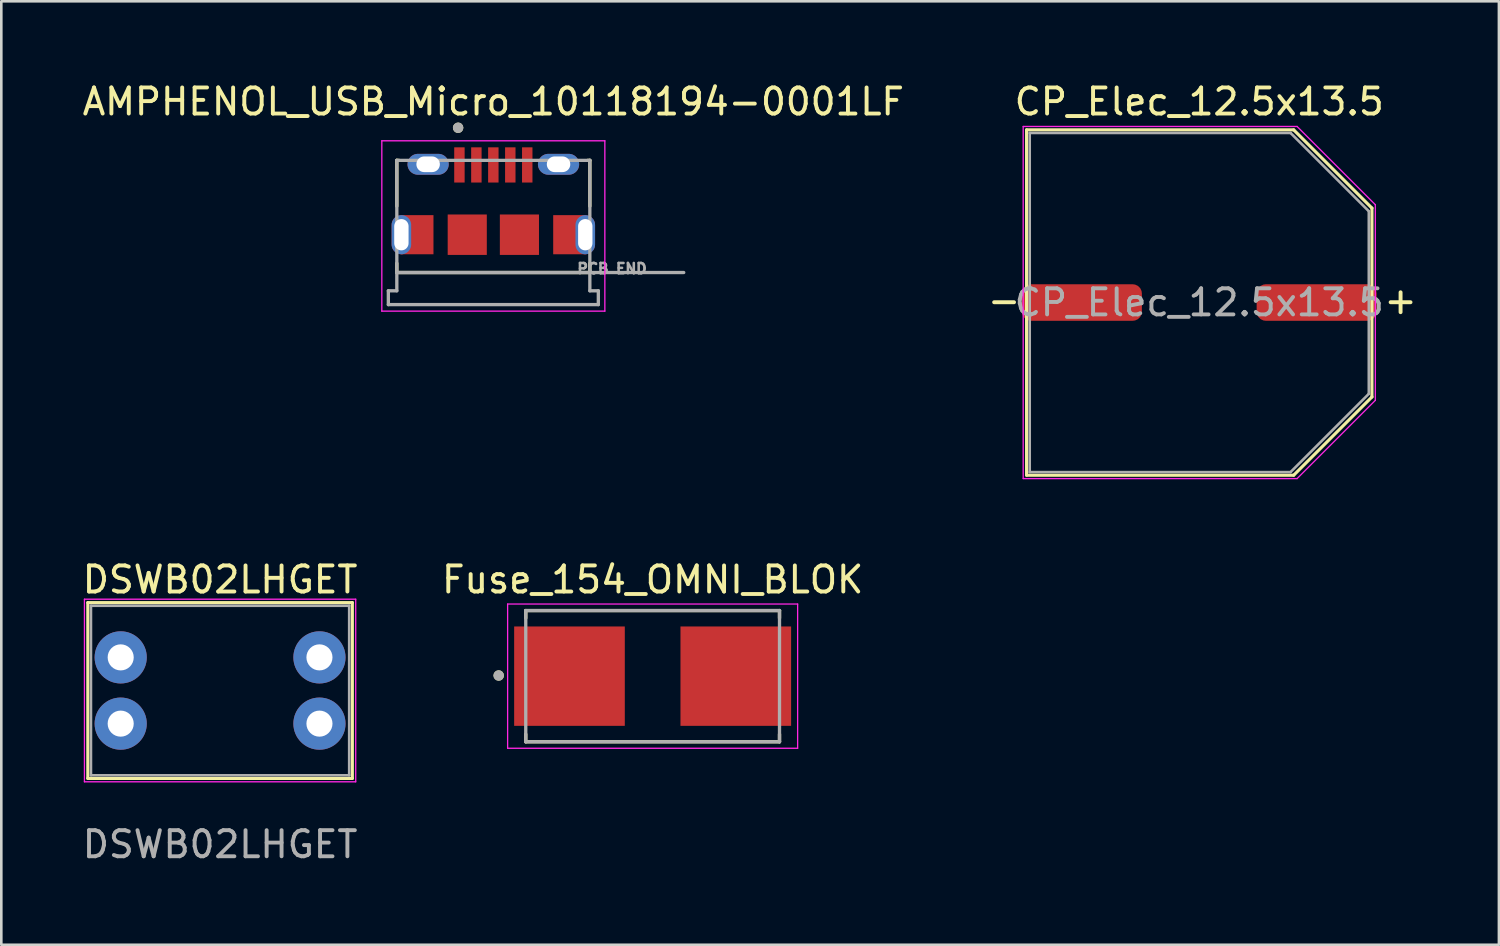
<source format=kicad_pcb>
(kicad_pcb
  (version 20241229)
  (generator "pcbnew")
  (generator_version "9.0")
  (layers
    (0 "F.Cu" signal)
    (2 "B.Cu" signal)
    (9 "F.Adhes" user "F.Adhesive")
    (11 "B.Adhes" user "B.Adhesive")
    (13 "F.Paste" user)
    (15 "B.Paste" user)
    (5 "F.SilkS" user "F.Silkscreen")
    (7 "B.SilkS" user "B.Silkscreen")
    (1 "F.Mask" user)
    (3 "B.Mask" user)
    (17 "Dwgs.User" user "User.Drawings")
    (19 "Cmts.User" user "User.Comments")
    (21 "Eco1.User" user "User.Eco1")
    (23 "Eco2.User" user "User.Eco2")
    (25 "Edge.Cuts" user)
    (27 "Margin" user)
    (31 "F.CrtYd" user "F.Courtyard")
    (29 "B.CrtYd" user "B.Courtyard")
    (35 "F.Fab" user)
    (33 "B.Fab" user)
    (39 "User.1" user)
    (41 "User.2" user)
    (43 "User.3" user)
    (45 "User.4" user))
  (footprint "Fuse_154_OMNI_BLOK"
    (layer "F.Cu")
    (at 21.97 22.872)
    (property "Reference" "Fuse_154_OMNI_BLOK" (at 0 -3.7 0) (layer "F.SilkS") (effects (font (size 1 1) (thickness 0.15))))
    (attr smd)
    (fp_line (start -4.864 -2.515) (end 4.864 -2.515) (stroke (width 0.127) (type solid)) (layer "F.SilkS"))
    (fp_line (start -4.864 -2.225) (end -4.864 -2.515) (stroke (width 0.127) (type solid)) (layer "F.SilkS"))
    (fp_line (start -4.864 2.515) (end -4.864 2.225) (stroke (width 0.127) (type solid)) (layer "F.SilkS"))
    (fp_line (start 4.864 -2.515) (end 4.864 -2.225) (stroke (width 0.127) (type solid)) (layer "F.SilkS"))
    (fp_line (start 4.864 2.515) (end -4.864 2.515) (stroke (width 0.127) (type solid)) (layer "F.SilkS"))
    (fp_line (start 4.864 2.515) (end 4.864 2.225) (stroke (width 0.127) (type solid)) (layer "F.SilkS"))
    (fp_circle (center -5.902 -0.025) (end -5.802 -0.025) (stroke (width 0.2) (type solid)) (fill no) (layer "F.SilkS"))
    (fp_line (start -5.559 -2.765) (end -5.559 2.765) (stroke (width 0.05) (type solid)) (layer "F.CrtYd"))
    (fp_line (start -5.559 2.765) (end 5.559 2.765) (stroke (width 0.05) (type solid)) (layer "F.CrtYd"))
    (fp_line (start 5.559 -2.765) (end -5.559 -2.765) (stroke (width 0.05) (type solid)) (layer "F.CrtYd"))
    (fp_line (start 5.559 2.765) (end 5.559 -2.765) (stroke (width 0.05) (type solid)) (layer "F.CrtYd"))
    (fp_line (start -4.864 -2.515) (end 4.864 -2.515) (stroke (width 0.127) (type solid)) (layer "F.Fab"))
    (fp_line (start -4.864 2.515) (end -4.864 -2.515) (stroke (width 0.127) (type solid)) (layer "F.Fab"))
    (fp_line (start 4.864 -2.515) (end 4.864 2.515) (stroke (width 0.127) (type solid)) (layer "F.Fab"))
    (fp_line (start 4.864 2.515) (end -4.864 2.515) (stroke (width 0.127) (type solid)) (layer "F.Fab"))
    (fp_circle (center -5.902 -0.025) (end -5.802 -0.025) (stroke (width 0.2) (type solid)) (fill no) (layer "F.Fab"))
    (pad "1" smd rect (at -3.188 0) (size 4.242 3.81) (layers "F.Cu" "F.Mask" "F.Paste"))
    (pad "2" smd rect (at 3.188 0) (size 4.242 3.81) (layers "F.Cu" "F.Mask" "F.Paste")))
  (footprint "DSWB02LHGET"
    (layer "F.Cu")
    (at 5.387 23.422)
    (property "Reference" "DSWB02LHGET" (at 0 -4.25 0) (unlocked yes) (layer "F.SilkS") (effects (font (size 1 1) (thickness 0.15))))
    (attr through_hole)
    (fp_line (start -5.07 -3.37) (end -5.07 3.37) (stroke (width 0.12) (type default)) (layer "F.SilkS"))
    (fp_line (start -5.07 -3.37) (end 5.07 -3.37) (stroke (width 0.12) (type default)) (layer "F.SilkS"))
    (fp_line (start -5.07 3.37) (end 5.07 3.37) (stroke (width 0.12) (type default)) (layer "F.SilkS"))
    (fp_line (start 5.07 -3.37) (end 5.07 3.37) (stroke (width 0.12) (type default)) (layer "F.SilkS"))
    (fp_line (start -5.2 -3.5) (end -5.2 3.5) (stroke (width 0.05) (type default)) (layer "F.CrtYd"))
    (fp_line (start -5.2 -3.5) (end 5.2 -3.5) (stroke (width 0.05) (type default)) (layer "F.CrtYd"))
    (fp_line (start -5.2 3.5) (end 5.2 3.5) (stroke (width 0.05) (type default)) (layer "F.CrtYd"))
    (fp_line (start 5.2 -3.5) (end 5.2 3.5) (stroke (width 0.05) (type default)) (layer "F.CrtYd"))
    (fp_line (start -4.95 -3.25) (end -4.95 3.25) (stroke (width 0.1) (type default)) (layer "F.Fab"))
    (fp_line (start -4.95 -3.25) (end 4.95 -3.25) (stroke (width 0.1) (type default)) (layer "F.Fab"))
    (fp_line (start -4.95 3.25) (end 4.95 3.25) (stroke (width 0.1) (type default)) (layer "F.Fab"))
    (fp_line (start 4.95 -3.25) (end 4.95 3.25) (stroke (width 0.1) (type default)) (layer "F.Fab"))
    (fp_text user "${REFERENCE}" (at 0 5.9 0) (unlocked yes) (layer "F.Fab") (effects (font (size 1 1) (thickness 0.15))))
    (pad "1" thru_hole circle (at -3.81 -1.27) (size 2 2) (drill 1) (layers "*.Cu" "*.Mask"))
    (pad "2" thru_hole circle (at -3.81 1.27) (size 2 2) (drill 1) (layers "*.Cu" "*.Mask"))
    (pad "3" thru_hole circle (at 3.81 -1.27) (size 2 2) (drill 1) (layers "*.Cu" "*.Mask"))
    (pad "4" thru_hole circle (at 3.81 1.27) (size 2 2) (drill 1) (layers "*.Cu" "*.Mask")))
  (footprint "AMPHENOL_USB_Micro_10118194-0001LF"
    (layer "F.Cu")
    (at 15.863 5.948)
    (property "Reference" "AMPHENOL_USB_Micro_10118194-0001LF" (at 0 -5.1 0) (layer "F.SilkS") (effects (font (size 1 1) (thickness 0.15))))
    (attr smd)
    (fp_poly (pts (xy -2.2 0.875) (xy -3.545 0.875) (xy -3.571 0.874) (xy -3.597 0.872) (xy -3.623 0.869) (xy -3.649 0.864) (xy -3.674 0.858) (xy -3.7 0.851) (xy -3.724 0.842) (xy -3.748 0.832) (xy -3.772 0.821) (xy -3.795 0.808) (xy -3.817 0.794) (xy -3.839 0.78) (xy -3.86 0.764) (xy -3.88 0.747) (xy -3.899 0.729) (xy -3.917 0.71) (xy -3.934 0.69) (xy -3.95 0.669) (xy -3.964 0.647) (xy -3.978 0.625) (xy -3.991 0.602) (xy -4.002 0.578) (xy -4.012 0.554) (xy -4.021 0.53) (xy -4.028 0.504) (xy -4.034 0.479) (xy -4.039 0.453) (xy -4.042 0.427) (xy -4.044 0.401) (xy -4.045 0.375) (xy -4.045 -0.375) (xy -4.044 -0.401) (xy -4.042 -0.427) (xy -4.039 -0.453) (xy -4.034 -0.479) (xy -4.028 -0.504) (xy -4.021 -0.53) (xy -4.012 -0.554) (xy -4.002 -0.578) (xy -3.991 -0.602) (xy -3.978 -0.625) (xy -3.964 -0.647) (xy -3.95 -0.669) (xy -3.934 -0.69) (xy -3.917 -0.71) (xy -3.899 -0.729) (xy -3.88 -0.747) (xy -3.86 -0.764) (xy -3.839 -0.78) (xy -3.817 -0.794) (xy -3.795 -0.808) (xy -3.772 -0.821) (xy -3.748 -0.832) (xy -3.724 -0.842) (xy -3.7 -0.851) (xy -3.674 -0.858) (xy -3.649 -0.864) (xy -3.623 -0.869) (xy -3.597 -0.872) (xy -3.571 -0.874) (xy -3.545 -0.875) (xy -2.2 -0.875) (xy -2.2 0.875)) (stroke (width 0.01) (type solid)) (fill yes) (layer "F.Mask"))
    (fp_poly (pts (xy 2.2 -0.875) (xy 3.545 -0.875) (xy 3.571 -0.874) (xy 3.597 -0.872) (xy 3.623 -0.869) (xy 3.649 -0.864) (xy 3.674 -0.858) (xy 3.7 -0.851) (xy 3.724 -0.842) (xy 3.748 -0.832) (xy 3.772 -0.821) (xy 3.795 -0.808) (xy 3.817 -0.794) (xy 3.839 -0.78) (xy 3.86 -0.764) (xy 3.88 -0.747) (xy 3.899 -0.729) (xy 3.917 -0.71) (xy 3.934 -0.69) (xy 3.95 -0.669) (xy 3.964 -0.647) (xy 3.978 -0.625) (xy 3.991 -0.602) (xy 4.002 -0.578) (xy 4.012 -0.554) (xy 4.021 -0.53) (xy 4.028 -0.504) (xy 4.034 -0.479) (xy 4.039 -0.453) (xy 4.042 -0.427) (xy 4.044 -0.401) (xy 4.045 -0.375) (xy 4.045 0.375) (xy 4.044 0.401) (xy 4.042 0.427) (xy 4.039 0.453) (xy 4.034 0.479) (xy 4.028 0.504) (xy 4.021 0.53) (xy 4.012 0.554) (xy 4.002 0.578) (xy 3.991 0.602) (xy 3.978 0.625) (xy 3.964 0.647) (xy 3.95 0.669) (xy 3.934 0.69) (xy 3.917 0.71) (xy 3.899 0.729) (xy 3.88 0.747) (xy 3.86 0.764) (xy 3.839 0.78) (xy 3.817 0.794) (xy 3.795 0.808) (xy 3.772 0.821) (xy 3.748 0.832) (xy 3.724 0.842) (xy 3.7 0.851) (xy 3.674 0.858) (xy 3.649 0.864) (xy 3.623 0.869) (xy 3.597 0.872) (xy 3.571 0.874) (xy 3.545 0.875) (xy 2.2 0.875) (xy 2.2 -0.875)) (stroke (width 0.01) (type solid)) (fill yes) (layer "F.Mask"))
    (fp_line (start -3.7 -2.85) (end -3.7 -1.095) (stroke (width 0.127) (type solid)) (layer "F.SilkS"))
    (fp_line (start -3.7 -2.85) (end -3.62 -2.85) (stroke (width 0.127) (type solid)) (layer "F.SilkS"))
    (fp_line (start -3.7 1.45) (end -3.7 1.095) (stroke (width 0.127) (type solid)) (layer "F.SilkS"))
    (fp_line (start -3.7 1.45) (end 3.7 1.45) (stroke (width 0.127) (type solid)) (layer "F.SilkS"))
    (fp_line (start 3.62 -2.85) (end 3.7 -2.85) (stroke (width 0.127) (type solid)) (layer "F.SilkS"))
    (fp_line (start 3.7 -1.095) (end 3.7 -2.85) (stroke (width 0.127) (type solid)) (layer "F.SilkS"))
    (fp_line (start 3.7 1.45) (end 3.7 1.095) (stroke (width 0.127) (type solid)) (layer "F.SilkS"))
    (fp_circle (center -1.35 -4.1) (end -1.25 -4.1) (stroke (width 0.2) (type solid)) (fill no) (layer "F.SilkS"))
    (fp_poly (pts (xy -2.3 -0.775) (xy -2.3 0.775) (xy -3.445 0.775) (xy -3.471 0.774) (xy -3.497 0.772) (xy -3.523 0.769) (xy -3.549 0.764) (xy -3.574 0.758) (xy -3.6 0.751) (xy -3.624 0.742) (xy -3.648 0.732) (xy -3.672 0.721) (xy -3.695 0.708) (xy -3.717 0.694) (xy -3.739 0.68) (xy -3.76 0.664) (xy -3.78 0.647) (xy -3.799 0.629) (xy -3.817 0.61) (xy -3.834 0.59) (xy -3.85 0.569) (xy -3.864 0.547) (xy -3.878 0.525) (xy -3.891 0.502) (xy -3.902 0.478) (xy -3.912 0.454) (xy -3.921 0.43) (xy -3.928 0.404) (xy -3.934 0.379) (xy -3.939 0.353) (xy -3.942 0.327) (xy -3.944 0.301) (xy -3.945 0.275) (xy -3.945 -0.275) (xy -3.944 -0.301) (xy -3.942 -0.327) (xy -3.939 -0.353) (xy -3.934 -0.379) (xy -3.928 -0.404) (xy -3.921 -0.43) (xy -3.912 -0.454) (xy -3.902 -0.478) (xy -3.891 -0.502) (xy -3.878 -0.525) (xy -3.864 -0.547) (xy -3.85 -0.569) (xy -3.834 -0.59) (xy -3.817 -0.61) (xy -3.799 -0.629) (xy -3.78 -0.647) (xy -3.76 -0.664) (xy -3.739 -0.68) (xy -3.717 -0.694) (xy -3.695 -0.708) (xy -3.672 -0.721) (xy -3.648 -0.732) (xy -3.624 -0.742) (xy -3.6 -0.751) (xy -3.574 -0.758) (xy -3.549 -0.764) (xy -3.523 -0.769) (xy -3.497 -0.772) (xy -3.471 -0.774) (xy -3.445 -0.775) (xy -2.3 -0.775)) (stroke (width 0.01) (type solid)) (fill yes) (layer "F.Paste"))
    (fp_poly (pts (xy 2.3 -0.775) (xy 2.3 0.775) (xy 3.445 0.775) (xy 3.471 0.774) (xy 3.497 0.772) (xy 3.523 0.769) (xy 3.549 0.764) (xy 3.574 0.758) (xy 3.6 0.751) (xy 3.624 0.742) (xy 3.648 0.732) (xy 3.672 0.721) (xy 3.695 0.708) (xy 3.717 0.694) (xy 3.739 0.68) (xy 3.76 0.664) (xy 3.78 0.647) (xy 3.799 0.629) (xy 3.817 0.61) (xy 3.834 0.59) (xy 3.85 0.569) (xy 3.864 0.547) (xy 3.878 0.525) (xy 3.891 0.502) (xy 3.902 0.478) (xy 3.912 0.454) (xy 3.921 0.43) (xy 3.928 0.404) (xy 3.934 0.379) (xy 3.939 0.353) (xy 3.942 0.327) (xy 3.944 0.301) (xy 3.945 0.275) (xy 3.945 -0.275) (xy 3.944 -0.301) (xy 3.942 -0.327) (xy 3.939 -0.353) (xy 3.934 -0.379) (xy 3.928 -0.404) (xy 3.921 -0.43) (xy 3.912 -0.454) (xy 3.902 -0.478) (xy 3.891 -0.502) (xy 3.878 -0.525) (xy 3.864 -0.547) (xy 3.85 -0.569) (xy 3.834 -0.59) (xy 3.817 -0.61) (xy 3.799 -0.629) (xy 3.78 -0.647) (xy 3.76 -0.664) (xy 3.739 -0.68) (xy 3.717 -0.694) (xy 3.695 -0.708) (xy 3.672 -0.721) (xy 3.648 -0.732) (xy 3.624 -0.742) (xy 3.6 -0.751) (xy 3.574 -0.758) (xy 3.549 -0.764) (xy 3.523 -0.769) (xy 3.497 -0.772) (xy 3.471 -0.774) (xy 3.445 -0.775) (xy 2.3 -0.775)) (stroke (width 0.01) (type solid)) (fill yes) (layer "F.Paste"))
    (fp_line (start -4.275 -3.6) (end -4.275 2.93) (stroke (width 0.05) (type solid)) (layer "F.CrtYd"))
    (fp_line (start -4.275 2.93) (end 4.275 2.93) (stroke (width 0.05) (type solid)) (layer "F.CrtYd"))
    (fp_line (start 4.275 -3.6) (end -4.275 -3.6) (stroke (width 0.05) (type solid)) (layer "F.CrtYd"))
    (fp_line (start 4.275 2.93) (end 4.275 -3.6) (stroke (width 0.05) (type solid)) (layer "F.CrtYd"))
    (fp_line (start -4.025 2.15) (end -4.025 2.68) (stroke (width 0.127) (type solid)) (layer "F.Fab"))
    (fp_line (start -4.025 2.68) (end 4.025 2.68) (stroke (width 0.127) (type solid)) (layer "F.Fab"))
    (fp_line (start -3.7 -2.85) (end -3.7 1.45) (stroke (width 0.127) (type solid)) (layer "F.Fab"))
    (fp_line (start -3.7 -2.85) (end 3.7 -2.85) (stroke (width 0.127) (type solid)) (layer "F.Fab"))
    (fp_line (start -3.7 1.45) (end -3.7 2.15) (stroke (width 0.127) (type solid)) (layer "F.Fab"))
    (fp_line (start -3.7 1.45) (end 3.7 1.45) (stroke (width 0.127) (type solid)) (layer "F.Fab"))
    (fp_line (start -3.7 2.15) (end -4.025 2.15) (stroke (width 0.127) (type solid)) (layer "F.Fab"))
    (fp_line (start 3.7 1.45) (end 3.7 -2.85) (stroke (width 0.127) (type solid)) (layer "F.Fab"))
    (fp_line (start 3.7 1.45) (end 7.3 1.45) (stroke (width 0.127) (type solid)) (layer "F.Fab"))
    (fp_line (start 3.7 2.15) (end 3.7 1.45) (stroke (width 0.127) (type solid)) (layer "F.Fab"))
    (fp_line (start 4.025 2.15) (end 3.7 2.15) (stroke (width 0.127) (type solid)) (layer "F.Fab"))
    (fp_line (start 4.025 2.68) (end 4.025 2.15) (stroke (width 0.127) (type solid)) (layer "F.Fab"))
    (fp_circle (center -1.35 -4.1) (end -1.25 -4.1) (stroke (width 0.2) (type solid)) (fill no) (layer "F.Fab"))
    (fp_text user "PCB END" (at 4.55 1.3 0) (layer "F.Fab") (effects (font (size 0.394 0.394) (thickness 0.15))))
    (pad "1" smd rect (at -1.3 -2.675) (size 0.4 1.35) (layers "F.Cu" "F.Mask" "F.Paste"))
    (pad "2" smd rect (at -0.65 -2.675) (size 0.4 1.35) (layers "F.Cu" "F.Mask" "F.Paste"))
    (pad "3" smd rect (at 0 -2.675) (size 0.4 1.35) (layers "F.Cu" "F.Mask" "F.Paste"))
    (pad "4" smd rect (at 0.65 -2.675) (size 0.4 1.35) (layers "F.Cu" "F.Mask" "F.Paste"))
    (pad "5" smd rect (at 1.3 -2.675) (size 0.4 1.35) (layers "F.Cu" "F.Mask" "F.Paste"))
    (pad "6" thru_hole oval (at -3.525 0) (size 0.75 1.5) (drill oval 0.55 1.2) (layers "*.Cu" "*.Mask"))
    (pad "6" smd custom (at -2.92 0) (size 1.25 1.5) (layers "F.Cu" "F.Mask" "F.Paste") (options (anchor rect)) (primitives))
    (pad "6" thru_hole oval (at -2.5 -2.7) (size 1.58 0.8) (drill oval 0.9 0.6) (layers "*.Cu" "*.Mask"))
    (pad "6" smd rect (at -1 0) (size 1.5 1.55) (layers "F.Cu" "F.Mask" "F.Paste"))
    (pad "6" smd rect (at 1 0) (size 1.5 1.55) (layers "F.Cu" "F.Mask" "F.Paste"))
    (pad "6" thru_hole oval (at 2.5 -2.7) (size 1.58 0.8) (drill oval 0.9 0.6) (layers "*.Cu" "*.Mask"))
    (pad "6" smd custom (at 2.92 0) (size 1.25 1.5) (layers "F.Cu" "F.Mask" "F.Paste") (options (anchor rect)) (primitives))
    (pad "6" thru_hole oval (at 3.525 0) (size 0.75 1.5) (drill oval 0.55 1.2) (layers "*.Cu" "*.Mask")))
  (footprint "CP_Elec_12.5x13.5"
    (layer "F.Cu")
    (at 42.926 8.548)
    (property "Reference" "CP_Elec_12.5x13.5" (at 0 -7.7 0) (unlocked yes) (layer "F.SilkS") (effects (font (size 1 1) (thickness 0.15))))
    (attr smd)
    (fp_line (start -6.62 -6.62) (end -6.62 6.62) (stroke (width 0.12) (type default)) (layer "F.SilkS"))
    (fp_line (start -6.62 -6.62) (end 3.62 -6.62) (stroke (width 0.12) (type default)) (layer "F.SilkS"))
    (fp_line (start -6.62 6.62) (end 3.62 6.62) (stroke (width 0.12) (type default)) (layer "F.SilkS"))
    (fp_line (start 3.62 -6.62) (end 6.62 -3.62) (stroke (width 0.12) (type default)) (layer "F.SilkS"))
    (fp_line (start 3.62 6.62) (end 6.62 3.62) (stroke (width 0.12) (type default)) (layer "F.SilkS"))
    (fp_line (start 6.62 3.62) (end 6.62 -3.62) (stroke (width 0.12) (type default)) (layer "F.SilkS"))
    (fp_line (start -6.75 -6.75) (end -6.75 6.75) (stroke (width 0.05) (type default)) (layer "F.CrtYd"))
    (fp_line (start -6.75 6.75) (end 3.75 6.75) (stroke (width 0.05) (type default)) (layer "F.CrtYd"))
    (fp_line (start 3.75 -6.75) (end -6.75 -6.75) (stroke (width 0.05) (type default)) (layer "F.CrtYd"))
    (fp_line (start 3.75 6.75) (end 6.75 3.75) (stroke (width 0.05) (type default)) (layer "F.CrtYd"))
    (fp_line (start 6.75 -3.75) (end 3.75 -6.75) (stroke (width 0.05) (type default)) (layer "F.CrtYd"))
    (fp_line (start 6.75 3.75) (end 6.75 -3.75) (stroke (width 0.05) (type default)) (layer "F.CrtYd"))
    (fp_line (start -6.5 -6.5) (end 3.5 -6.5) (stroke (width 0.1) (type default)) (layer "F.Fab"))
    (fp_line (start -6.5 6.5) (end -6.5 -6.5) (stroke (width 0.1) (type default)) (layer "F.Fab"))
    (fp_line (start 3.5 -6.5) (end 6.5 -3.5) (stroke (width 0.1) (type default)) (layer "F.Fab"))
    (fp_line (start 3.5 6.5) (end -6.5 6.5) (stroke (width 0.1) (type default)) (layer "F.Fab"))
    (fp_line (start 6.5 -3.5) (end 6.5 3.5) (stroke (width 0.1) (type default)) (layer "F.Fab"))
    (fp_line (start 6.5 3.5) (end 3.5 6.5) (stroke (width 0.1) (type default)) (layer "F.Fab"))
    (fp_text user "+" (at 7 0.5 0) (unlocked yes) (layer "F.SilkS") (effects (font (size 1 1) (thickness 0.15)) (justify left bottom)))
    (fp_text user "-" (at -8.2 0.5 0) (unlocked yes) (layer "F.SilkS") (effects (font (size 1 1) (thickness 0.15)) (justify left bottom)))
    (fp_text user "${REFERENCE}" (at 0 0 0) (unlocked yes) (layer "F.Fab") (effects (font (size 1 1) (thickness 0.15))))
    (pad "1" smd roundrect (at 4.5 0) (size 4.6 1.4) (layers "F.Cu" "F.Mask" "F.Paste") (roundrect_rratio 0.25))
    (pad "2" smd roundrect (at -4.5 0) (size 4.6 1.4) (layers "F.Cu" "F.Mask" "F.Paste") (roundrect_rratio 0.25)))
  (gr_rect
    (start -3 -3)
    (end 54.414 33.17)
    (stroke (width 0.1) (type default))
    (fill no)
    (layer "Edge.Cuts")))
</source>
